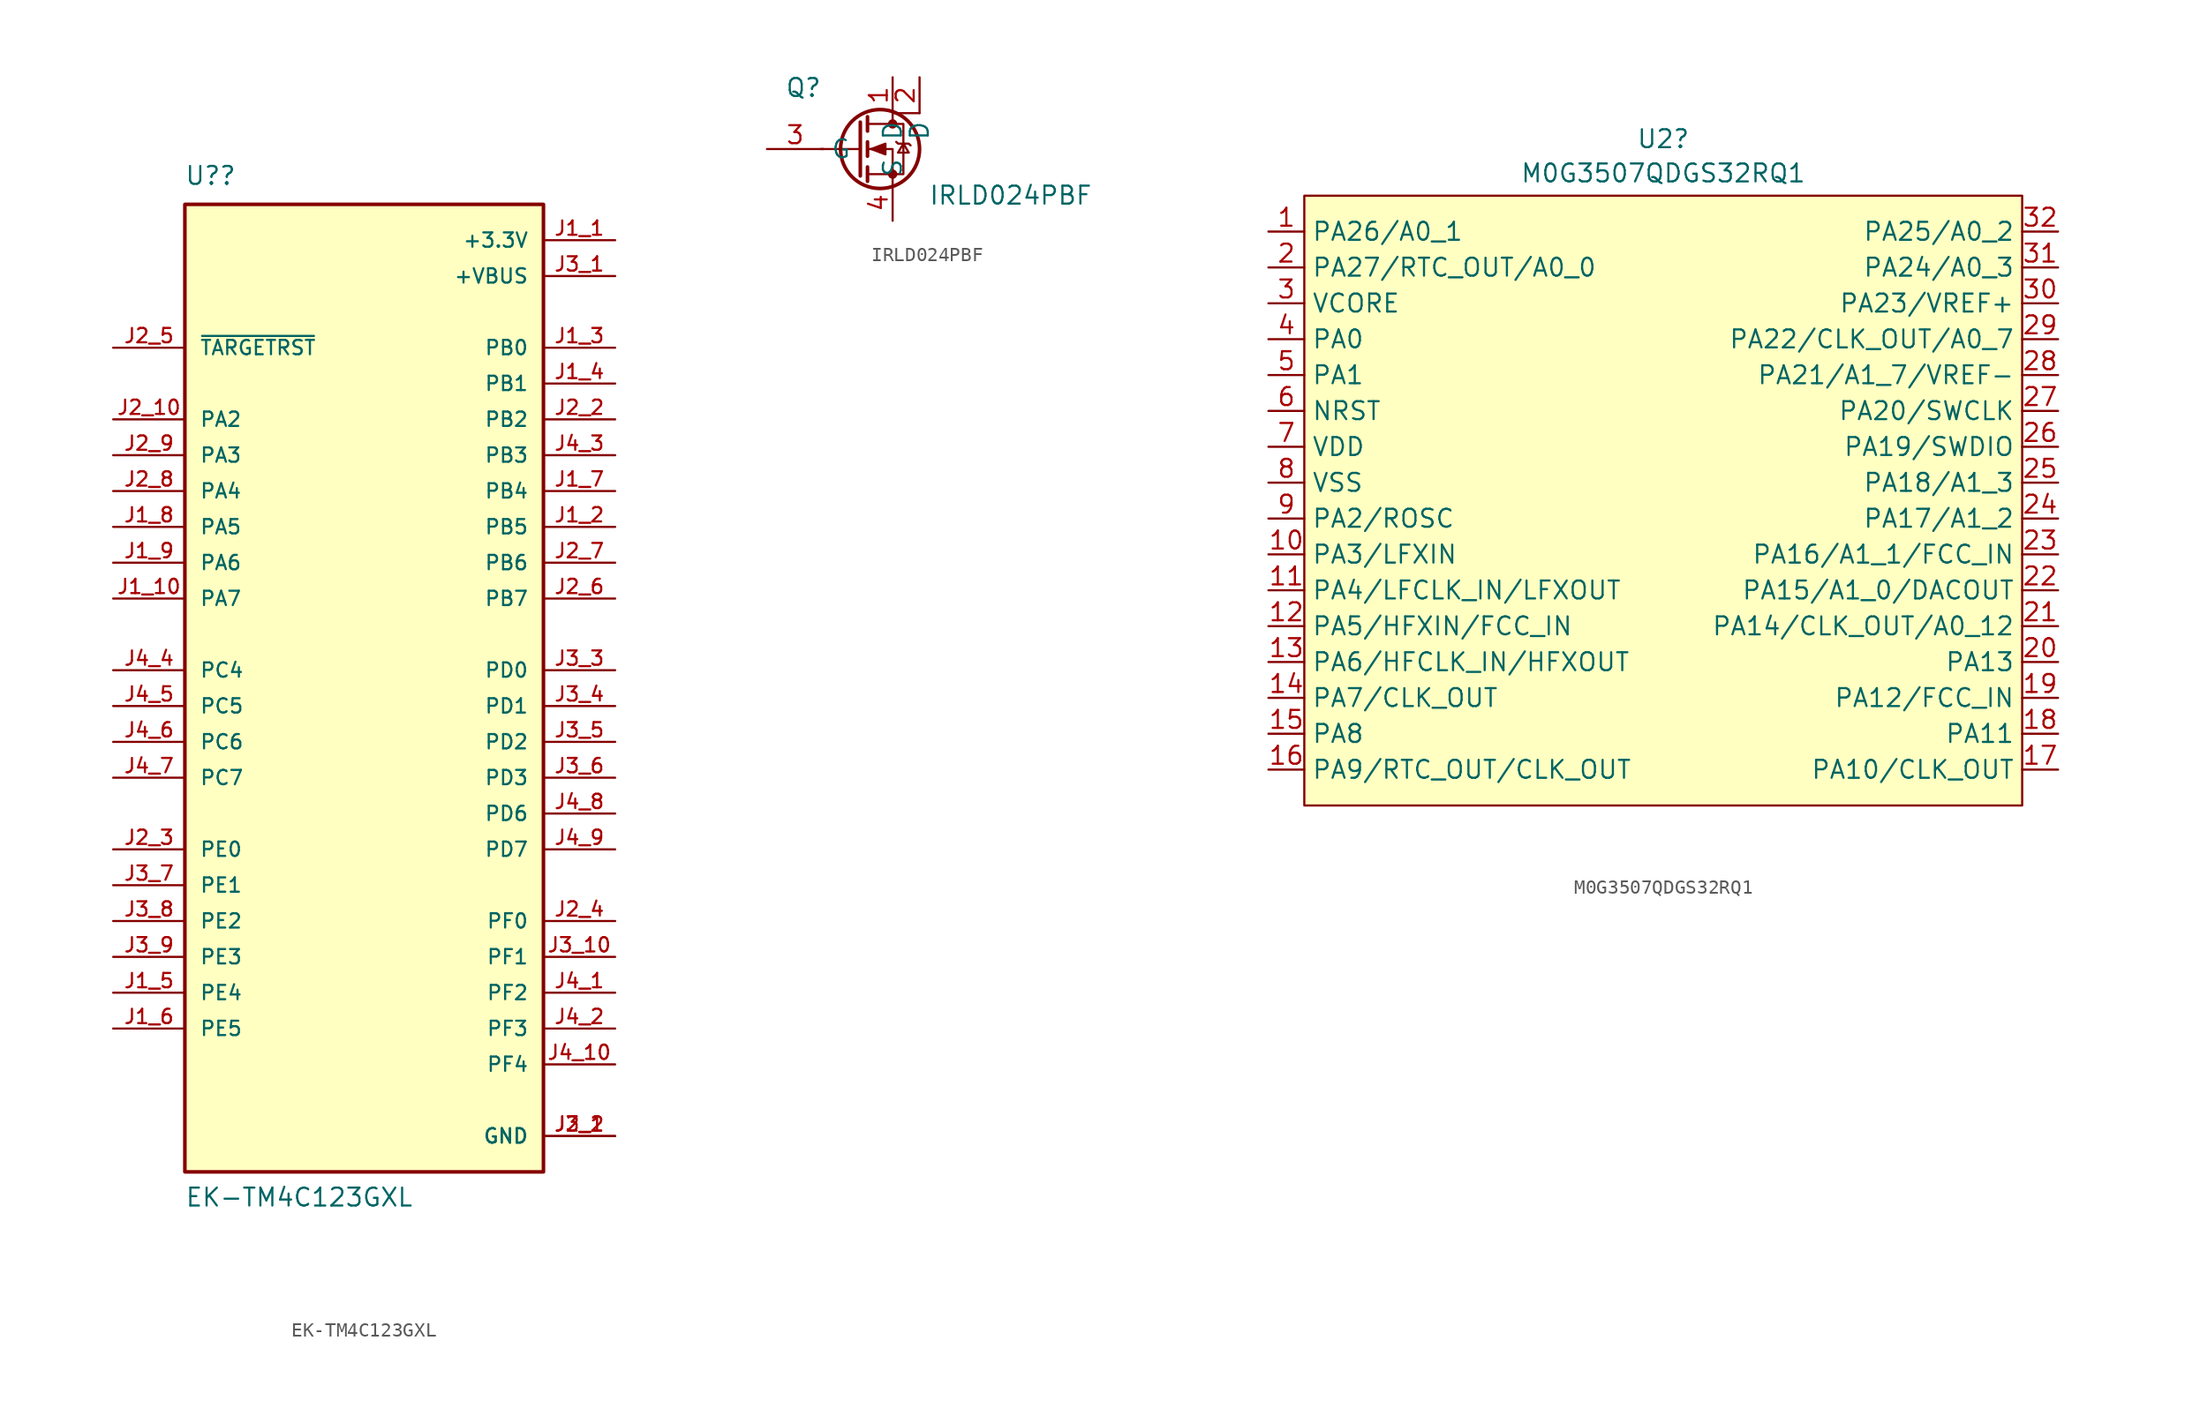
<source format=kicad_sym>
(kicad_symbol_lib
  (version 20231120)
  (generator "kicad_symbol_editor")
  (generator_version "8.0")
  (symbol "EK-TM4C123GXL"
    (pin_names
      (offset 1.016))
    (property "Reference" "U?"
      (at -12.737 34.31 0)
      (effects (font (size 1.27 1.27)) (justify left bottom)))
    (property "Value" "EK-TM4C123GXL"
      (at -12.713 -38.108 0)
      (effects (font (size 1.27 1.27)) (justify left bottom)))
    (symbol "EK-TM4C123GXL_0_0"
      (rectangle (start -12.7 -35.56) (end 12.7 33.02) (stroke (width 0.254) (type default)) (fill (type background)))
      (pin power_in line (at 17.78 30.48 180) (length 5.08) (name "+3.3V" (effects (font (size 1.016 1.016)))) (number "J1_1" (effects (font (size 1.016 1.016)))))
      (pin bidirectional line (at -17.78 5.08 0) (length 5.08) (name "PA7" (effects (font (size 1.016 1.016)))) (number "J1_10" (effects (font (size 1.016 1.016)))))
      (pin bidirectional line (at 17.78 10.16 180) (length 5.08) (name "PB5" (effects (font (size 1.016 1.016)))) (number "J1_2" (effects (font (size 1.016 1.016)))))
      (pin bidirectional line (at 17.78 22.86 180) (length 5.08) (name "PB0" (effects (font (size 1.016 1.016)))) (number "J1_3" (effects (font (size 1.016 1.016)))))
      (pin bidirectional line (at 17.78 20.32 180) (length 5.08) (name "PB1" (effects (font (size 1.016 1.016)))) (number "J1_4" (effects (font (size 1.016 1.016)))))
      (pin bidirectional line (at -17.78 -22.86 0) (length 5.08) (name "PE4" (effects (font (size 1.016 1.016)))) (number "J1_5" (effects (font (size 1.016 1.016)))))
      (pin bidirectional line (at -17.78 -25.4 0) (length 5.08) (name "PE5" (effects (font (size 1.016 1.016)))) (number "J1_6" (effects (font (size 1.016 1.016)))))
      (pin bidirectional line (at 17.78 12.7 180) (length 5.08) (name "PB4" (effects (font (size 1.016 1.016)))) (number "J1_7" (effects (font (size 1.016 1.016)))))
      (pin bidirectional line (at -17.78 10.16 0) (length 5.08) (name "PA5" (effects (font (size 1.016 1.016)))) (number "J1_8" (effects (font (size 1.016 1.016)))))
      (pin bidirectional line (at -17.78 7.62 0) (length 5.08) (name "PA6" (effects (font (size 1.016 1.016)))) (number "J1_9" (effects (font (size 1.016 1.016)))))
      (pin power_in line (at 17.78 -33.02 180) (length 5.08) (name "GND" (effects (font (size 1.016 1.016)))) (number "J2_1" (effects (font (size 1.016 1.016)))))
      (pin bidirectional line (at -17.78 17.78 0) (length 5.08) (name "PA2" (effects (font (size 1.016 1.016)))) (number "J2_10" (effects (font (size 1.016 1.016)))))
      (pin bidirectional line (at 17.78 17.78 180) (length 5.08) (name "PB2" (effects (font (size 1.016 1.016)))) (number "J2_2" (effects (font (size 1.016 1.016)))))
      (pin bidirectional line (at -17.78 -12.7 0) (length 5.08) (name "PE0" (effects (font (size 1.016 1.016)))) (number "J2_3" (effects (font (size 1.016 1.016)))))
      (pin bidirectional line (at 17.78 -17.78 180) (length 5.08) (name "PF0" (effects (font (size 1.016 1.016)))) (number "J2_4" (effects (font (size 1.016 1.016)))))
      (pin input line (at -17.78 22.86 0) (length 5.08) (name "~{TARGETRST}" (effects (font (size 1.016 1.016)))) (number "J2_5" (effects (font (size 1.016 1.016)))))
      (pin bidirectional line (at 17.78 5.08 180) (length 5.08) (name "PB7" (effects (font (size 1.016 1.016)))) (number "J2_6" (effects (font (size 1.016 1.016)))))
      (pin bidirectional line (at 17.78 7.62 180) (length 5.08) (name "PB6" (effects (font (size 1.016 1.016)))) (number "J2_7" (effects (font (size 1.016 1.016)))))
      (pin bidirectional line (at -17.78 12.7 0) (length 5.08) (name "PA4" (effects (font (size 1.016 1.016)))) (number "J2_8" (effects (font (size 1.016 1.016)))))
      (pin bidirectional line (at -17.78 15.24 0) (length 5.08) (name "PA3" (effects (font (size 1.016 1.016)))) (number "J2_9" (effects (font (size 1.016 1.016)))))
      (pin power_in line (at 17.78 27.94 180) (length 5.08) (name "+VBUS" (effects (font (size 1.016 1.016)))) (number "J3_1" (effects (font (size 1.016 1.016)))))
      (pin bidirectional line (at 17.78 -20.32 180) (length 5.08) (name "PF1" (effects (font (size 1.016 1.016)))) (number "J3_10" (effects (font (size 1.016 1.016)))))
      (pin power_in line (at 17.78 -33.02 180) (length 5.08) (name "GND" (effects (font (size 1.016 1.016)))) (number "J3_2" (effects (font (size 1.016 1.016)))))
      (pin bidirectional line (at 17.78 0 180) (length 5.08) (name "PD0" (effects (font (size 1.016 1.016)))) (number "J3_3" (effects (font (size 1.016 1.016)))))
      (pin bidirectional line (at 17.78 -2.54 180) (length 5.08) (name "PD1" (effects (font (size 1.016 1.016)))) (number "J3_4" (effects (font (size 1.016 1.016)))))
      (pin bidirectional line (at 17.78 -5.08 180) (length 5.08) (name "PD2" (effects (font (size 1.016 1.016)))) (number "J3_5" (effects (font (size 1.016 1.016)))))
      (pin bidirectional line (at 17.78 -7.62 180) (length 5.08) (name "PD3" (effects (font (size 1.016 1.016)))) (number "J3_6" (effects (font (size 1.016 1.016)))))
      (pin bidirectional line (at -17.78 -15.24 0) (length 5.08) (name "PE1" (effects (font (size 1.016 1.016)))) (number "J3_7" (effects (font (size 1.016 1.016)))))
      (pin bidirectional line (at -17.78 -17.78 0) (length 5.08) (name "PE2" (effects (font (size 1.016 1.016)))) (number "J3_8" (effects (font (size 1.016 1.016)))))
      (pin bidirectional line (at -17.78 -20.32 0) (length 5.08) (name "PE3" (effects (font (size 1.016 1.016)))) (number "J3_9" (effects (font (size 1.016 1.016)))))
      (pin bidirectional line (at 17.78 -22.86 180) (length 5.08) (name "PF2" (effects (font (size 1.016 1.016)))) (number "J4_1" (effects (font (size 1.016 1.016)))))
      (pin bidirectional line (at 17.78 -27.94 180) (length 5.08) (name "PF4" (effects (font (size 1.016 1.016)))) (number "J4_10" (effects (font (size 1.016 1.016)))))
      (pin bidirectional line (at 17.78 -25.4 180) (length 5.08) (name "PF3" (effects (font (size 1.016 1.016)))) (number "J4_2" (effects (font (size 1.016 1.016)))))
      (pin bidirectional line (at 17.78 15.24 180) (length 5.08) (name "PB3" (effects (font (size 1.016 1.016)))) (number "J4_3" (effects (font (size 1.016 1.016)))))
      (pin bidirectional line (at -17.78 0 0) (length 5.08) (name "PC4" (effects (font (size 1.016 1.016)))) (number "J4_4" (effects (font (size 1.016 1.016)))))
      (pin bidirectional line (at -17.78 -2.54 0) (length 5.08) (name "PC5" (effects (font (size 1.016 1.016)))) (number "J4_5" (effects (font (size 1.016 1.016)))))
      (pin bidirectional line (at -17.78 -5.08 0) (length 5.08) (name "PC6" (effects (font (size 1.016 1.016)))) (number "J4_6" (effects (font (size 1.016 1.016)))))
      (pin bidirectional line (at -17.78 -7.62 0) (length 5.08) (name "PC7" (effects (font (size 1.016 1.016)))) (number "J4_7" (effects (font (size 1.016 1.016)))))
      (pin bidirectional line (at 17.78 -10.16 180) (length 5.08) (name "PD6" (effects (font (size 1.016 1.016)))) (number "J4_8" (effects (font (size 1.016 1.016)))))
      (pin bidirectional line (at 17.78 -12.7 180) (length 5.08) (name "PD7" (effects (font (size 1.016 1.016)))) (number "J4_9" (effects (font (size 1.016 1.016)))))))
  (symbol "IRLD024PBF"
    (property "Reference" "Q"
      (at 6.35 5.715 0)
      (effects (font (size 1.27 1.27)) (justify left top)))
    (property "Value" "IRLD024PBF"
      (at 16.51 -1.905 0)
      (effects (font (size 1.27 1.27)) (justify left top)))
    (symbol "IRLD024PBF_0_1"
      (polyline (pts (xy 11.684 0.635) (xy 8.89 0.635)) (stroke (width 0) (type default)) (fill (type none)))
      (polyline (pts (xy 11.684 2.54) (xy 11.684 -1.27)) (stroke (width 0.254) (type default)) (fill (type none)))
      (polyline (pts (xy 12.192 -0.635) (xy 12.192 -1.651)) (stroke (width 0.254) (type default)) (fill (type none)))
      (polyline (pts (xy 12.192 1.143) (xy 12.192 0.127)) (stroke (width 0.254) (type default)) (fill (type none)))
      (polyline (pts (xy 12.192 2.921) (xy 12.192 1.905)) (stroke (width 0.254) (type default)) (fill (type none)))
      (polyline (pts (xy 13.97 3.175) (xy 13.97 2.413)) (stroke (width 0) (type default)) (fill (type none)))
      (polyline (pts (xy 15.875 3.175) (xy 13.97 3.175)) (stroke (width 0) (type default)) (fill (type none)))
      (polyline (pts (xy 13.97 -1.905) (xy 13.97 0.635) (xy 12.192 0.635)) (stroke (width 0) (type default)) (fill (type none)))
      (polyline (pts (xy 12.192 -1.143) (xy 14.732 -1.143) (xy 14.732 2.413) (xy 12.192 2.413)) (stroke (width 0) (type default)) (fill (type none)))
      (polyline (pts (xy 12.446 0.635) (xy 13.462 1.016) (xy 13.462 0.254) (xy 12.446 0.635)) (stroke (width 0) (type default)) (fill (type outline)))
      (polyline (pts (xy 14.224 1.143) (xy 14.351 1.016) (xy 15.113 1.016) (xy 15.24 0.889)) (stroke (width 0) (type default)) (fill (type none)))
      (polyline (pts (xy 14.732 1.016) (xy 14.351 0.381) (xy 15.113 0.381) (xy 14.732 1.016)) (stroke (width 0) (type default)) (fill (type none)))
      (circle (center 13.081 0.635) (radius 2.794) (stroke (width 0.254) (type default)) (fill (type none)))
      (circle (center 13.97 -1.143) (radius 0.254) (stroke (width 0) (type default)) (fill (type outline)))
      (circle (center 13.97 2.413) (radius 0.254) (stroke (width 0) (type default)) (fill (type outline))))
    (symbol "IRLD024PBF_1_1"
      (pin passive line (at 13.97 5.715 270) (length 2.54) (name "D" (effects (font (size 1.27 1.27)))) (number "1" (effects (font (size 1.27 1.27)))))
      (pin passive line (at 15.875 5.715 270) (length 2.54) (name "D" (effects (font (size 1.27 1.27)))) (number "2" (effects (font (size 1.27 1.27)))))
      (pin input line (at 5.08 0.635 0) (length 4) (name "G" (effects (font (size 1.27 1.27)))) (number "3" (effects (font (size 1.27 1.27)))))
      (pin passive line (at 13.97 -4.445 90) (length 2.54) (name "S" (effects (font (size 1.27 1.27)))) (number "4" (effects (font (size 1.27 1.27)))))))
  (symbol "M0G3507QDGS32RQ1"
    (property "Reference" "U2"
      (at 15.24 6.558 0)
      (effects (font (size 1.27 1.27))))
    (property "Value" "M0G3507QDGS32RQ1"
      (at 15.24 4.133 0)
      (effects (font (size 1.27 1.27))))
    (symbol "M0G3507QDGS32RQ1_0_0"
      (pin passive line (at -12.7 0 0) (length 2.54) (name "PA26/A0_1" (effects (font (size 1.27 1.27)))) (number "1" (effects (font (size 1.27 1.27)))))
      (pin passive line (at -12.7 -22.86 0) (length 2.54) (name "PA3/LFXIN" (effects (font (size 1.27 1.27)))) (number "10" (effects (font (size 1.27 1.27)))))
      (pin passive line (at -12.7 -25.4 0) (length 2.54) (name "PA4/LFCLK_IN/LFXOUT" (effects (font (size 1.27 1.27)))) (number "11" (effects (font (size 1.27 1.27)))))
      (pin passive line (at -12.7 -27.94 0) (length 2.54) (name "PA5/HFXIN/FCC_IN" (effects (font (size 1.27 1.27)))) (number "12" (effects (font (size 1.27 1.27)))))
      (pin passive line (at -12.7 -30.48 0) (length 2.54) (name "PA6/HFCLK_IN/HFXOUT" (effects (font (size 1.27 1.27)))) (number "13" (effects (font (size 1.27 1.27)))))
      (pin passive line (at -12.7 -33.02 0) (length 2.54) (name "PA7/CLK_OUT" (effects (font (size 1.27 1.27)))) (number "14" (effects (font (size 1.27 1.27)))))
      (pin passive line (at -12.7 -35.56 0) (length 2.54) (name "PA8" (effects (font (size 1.27 1.27)))) (number "15" (effects (font (size 1.27 1.27)))))
      (pin passive line (at -12.7 -38.1 0) (length 2.54) (name "PA9/RTC_OUT/CLK_OUT" (effects (font (size 1.27 1.27)))) (number "16" (effects (font (size 1.27 1.27)))))
      (pin passive line (at 43.18 -38.1 180) (length 2.54) (name "PA10/CLK_OUT" (effects (font (size 1.27 1.27)))) (number "17" (effects (font (size 1.27 1.27)))))
      (pin passive line (at 43.18 -35.56 180) (length 2.54) (name "PA11" (effects (font (size 1.27 1.27)))) (number "18" (effects (font (size 1.27 1.27)))))
      (pin passive line (at 43.18 -33.02 180) (length 2.54) (name "PA12/FCC_IN" (effects (font (size 1.27 1.27)))) (number "19" (effects (font (size 1.27 1.27)))))
      (pin passive line (at -12.7 -2.54 0) (length 2.54) (name "PA27/RTC_OUT/A0_0" (effects (font (size 1.27 1.27)))) (number "2" (effects (font (size 1.27 1.27)))))
      (pin passive line (at 43.18 -30.48 180) (length 2.54) (name "PA13" (effects (font (size 1.27 1.27)))) (number "20" (effects (font (size 1.27 1.27)))))
      (pin passive line (at 43.18 -27.94 180) (length 2.54) (name "PA14/CLK_OUT/A0_12" (effects (font (size 1.27 1.27)))) (number "21" (effects (font (size 1.27 1.27)))))
      (pin passive line (at 43.18 -25.4 180) (length 2.54) (name "PA15/A1_0/DACOUT" (effects (font (size 1.27 1.27)))) (number "22" (effects (font (size 1.27 1.27)))))
      (pin passive line (at 43.18 -22.86 180) (length 2.54) (name "PA16/A1_1/FCC_IN" (effects (font (size 1.27 1.27)))) (number "23" (effects (font (size 1.27 1.27)))))
      (pin passive line (at 43.18 -20.32 180) (length 2.54) (name "PA17/A1_2" (effects (font (size 1.27 1.27)))) (number "24" (effects (font (size 1.27 1.27)))))
      (pin passive line (at 43.18 -17.78 180) (length 2.54) (name "PA18/A1_3" (effects (font (size 1.27 1.27)))) (number "25" (effects (font (size 1.27 1.27)))))
      (pin passive line (at 43.18 -15.24 180) (length 2.54) (name "PA19/SWDIO" (effects (font (size 1.27 1.27)))) (number "26" (effects (font (size 1.27 1.27)))))
      (pin passive line (at 43.18 -12.7 180) (length 2.54) (name "PA20/SWCLK" (effects (font (size 1.27 1.27)))) (number "27" (effects (font (size 1.27 1.27)))))
      (pin passive line (at 43.18 -10.16 180) (length 2.54) (name "PA21/A1_7/VREF-" (effects (font (size 1.27 1.27)))) (number "28" (effects (font (size 1.27 1.27)))))
      (pin passive line (at 43.18 -7.62 180) (length 2.54) (name "PA22/CLK_OUT/A0_7" (effects (font (size 1.27 1.27)))) (number "29" (effects (font (size 1.27 1.27)))))
      (pin passive line (at -12.7 -5.08 0) (length 2.54) (name "VCORE" (effects (font (size 1.27 1.27)))) (number "3" (effects (font (size 1.27 1.27)))))
      (pin passive line (at 43.18 -5.08 180) (length 2.54) (name "PA23/VREF+" (effects (font (size 1.27 1.27)))) (number "30" (effects (font (size 1.27 1.27)))))
      (pin passive line (at 43.18 -2.54 180) (length 2.54) (name "PA24/A0_3" (effects (font (size 1.27 1.27)))) (number "31" (effects (font (size 1.27 1.27)))))
      (pin passive line (at 43.18 0 180) (length 2.54) (name "PA25/A0_2" (effects (font (size 1.27 1.27)))) (number "32" (effects (font (size 1.27 1.27)))))
      (pin passive line (at -12.7 -7.62 0) (length 2.54) (name "PA0" (effects (font (size 1.27 1.27)))) (number "4" (effects (font (size 1.27 1.27)))))
      (pin passive line (at -12.7 -10.16 0) (length 2.54) (name "PA1" (effects (font (size 1.27 1.27)))) (number "5" (effects (font (size 1.27 1.27)))))
      (pin passive line (at -12.7 -12.7 0) (length 2.54) (name "NRST" (effects (font (size 1.27 1.27)))) (number "6" (effects (font (size 1.27 1.27)))))
      (pin passive line (at -12.7 -15.24 0) (length 2.54) (name "VDD" (effects (font (size 1.27 1.27)))) (number "7" (effects (font (size 1.27 1.27)))))
      (pin passive line (at -12.7 -17.78 0) (length 2.54) (name "VSS" (effects (font (size 1.27 1.27)))) (number "8" (effects (font (size 1.27 1.27)))))
      (pin passive line (at -12.7 -20.32 0) (length 2.54) (name "PA2/ROSC" (effects (font (size 1.27 1.27)))) (number "9" (effects (font (size 1.27 1.27))))))
    (symbol "M0G3507QDGS32RQ1_1_1"
      (rectangle (start -10.16 2.54) (end 40.64 -40.64) (stroke (width 0) (type default) (color 132 0 0 1)) (fill (type background))))))
</source>
